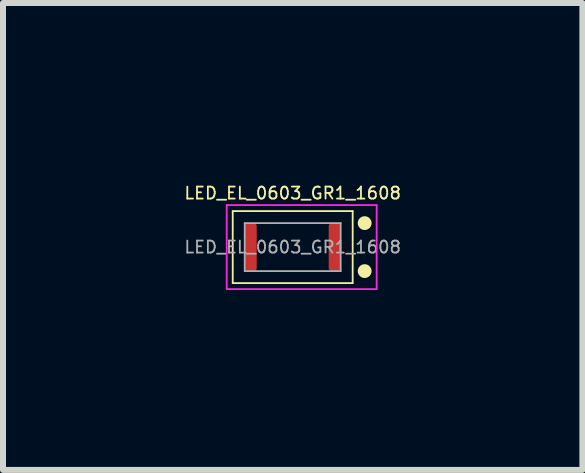
<source format=kicad_pcb>
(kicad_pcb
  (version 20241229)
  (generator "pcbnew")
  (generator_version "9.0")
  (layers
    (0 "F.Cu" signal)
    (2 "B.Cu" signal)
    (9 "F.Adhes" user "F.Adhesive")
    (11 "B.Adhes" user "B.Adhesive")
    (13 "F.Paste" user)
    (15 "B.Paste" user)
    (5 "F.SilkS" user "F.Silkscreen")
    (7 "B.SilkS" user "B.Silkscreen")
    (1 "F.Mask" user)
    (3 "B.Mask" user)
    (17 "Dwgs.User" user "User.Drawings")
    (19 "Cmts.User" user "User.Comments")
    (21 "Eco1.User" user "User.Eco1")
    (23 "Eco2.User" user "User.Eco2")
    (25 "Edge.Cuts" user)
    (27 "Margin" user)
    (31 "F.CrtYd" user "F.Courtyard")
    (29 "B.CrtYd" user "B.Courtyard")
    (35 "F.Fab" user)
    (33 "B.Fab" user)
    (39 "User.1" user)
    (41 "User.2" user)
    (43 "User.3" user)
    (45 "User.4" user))
  (footprint "LED_EL_0603_GR1_1608"
    (layer "F.Cu")
    (at 1.83 1.07)
    (property "Reference" "LED_EL_0603_GR1_1608" (at 0 -0.9 0) (unlocked yes) (layer "F.SilkS") (effects (font (size 0.2 0.2) (thickness 0.03))))
    (attr smd)
    (fp_line (start -1 -0.6) (end -1 0.6) (stroke (width 0.03) (type solid)) (layer "F.SilkS"))
    (fp_line (start -1 0.6) (end 1 0.6) (stroke (width 0.03) (type solid)) (layer "F.SilkS"))
    (fp_line (start 1 -0.6) (end -1 -0.6) (stroke (width 0.03) (type solid)) (layer "F.SilkS"))
    (fp_line (start 1 0.6) (end 1 -0.6) (stroke (width 0.03) (type solid)) (layer "F.SilkS"))
    (fp_circle (center 1.2 -0.4) (end 1.3 -0.4) (stroke (width 0.03) (type solid)) (fill yes) (layer "F.SilkS"))
    (fp_circle (center 1.2 0.4) (end 1.3 0.4) (stroke (width 0.03) (type solid)) (fill yes) (layer "F.SilkS"))
    (fp_line (start -1.1 -0.7) (end -1.1 0.7) (stroke (width 0.03) (type solid)) (layer "F.CrtYd"))
    (fp_line (start -1.1 0.7) (end 1.4 0.7) (stroke (width 0.03) (type solid)) (layer "F.CrtYd"))
    (fp_line (start 1.4 -0.7) (end -1.1 -0.7) (stroke (width 0.03) (type solid)) (layer "F.CrtYd"))
    (fp_line (start 1.4 0.7) (end 1.4 -0.7) (stroke (width 0.03) (type solid)) (layer "F.CrtYd"))
    (fp_line (start -0.8 -0.4) (end -0.8 0.4) (stroke (width 0.03) (type solid)) (layer "F.Fab"))
    (fp_line (start -0.8 0.4) (end 0.8 0.4) (stroke (width 0.03) (type solid)) (layer "F.Fab"))
    (fp_line (start 0.8 -0.4) (end -0.8 -0.4) (stroke (width 0.03) (type solid)) (layer "F.Fab"))
    (fp_line (start 0.8 0.4) (end 0.8 -0.4) (stroke (width 0.03) (type solid)) (layer "F.Fab"))
    (fp_text user "${REFERENCE}" (at 0 0 0) (unlocked yes) (layer "F.Fab") (effects (font (size 0.2 0.2) (thickness 0.03))))
    (pad "1" smd roundrect (at -0.7 0) (size 0.2 0.8) (layers "F.Cu" "F.Mask" "F.Paste") (roundrect_rratio 0.25))
    (pad "2" smd roundrect (at 0.7 0) (size 0.2 0.8) (layers "F.Cu" "F.Mask" "F.Paste") (roundrect_rratio 0.25)))
  (gr_rect
    (start -3 -3)
    (end 6.66 4.785)
    (stroke (width 0.1) (type default))
    (fill no)
    (layer "Edge.Cuts")))
</source>
